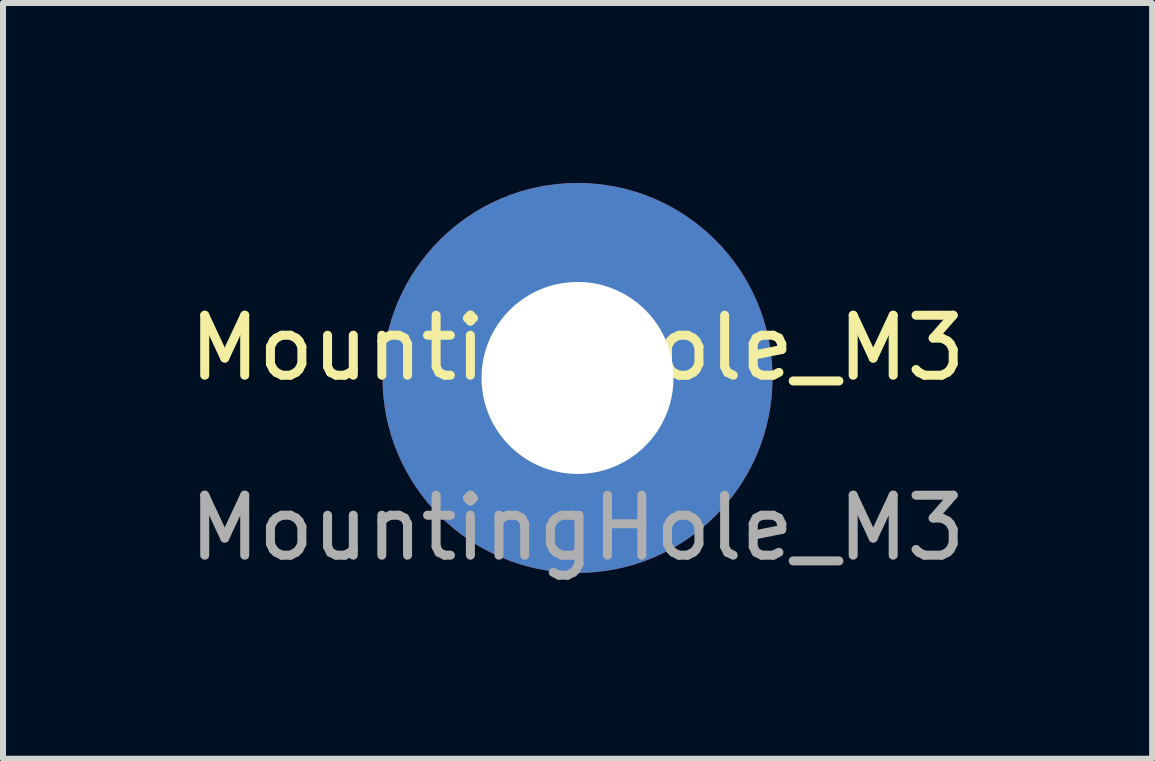
<source format=kicad_pcb>
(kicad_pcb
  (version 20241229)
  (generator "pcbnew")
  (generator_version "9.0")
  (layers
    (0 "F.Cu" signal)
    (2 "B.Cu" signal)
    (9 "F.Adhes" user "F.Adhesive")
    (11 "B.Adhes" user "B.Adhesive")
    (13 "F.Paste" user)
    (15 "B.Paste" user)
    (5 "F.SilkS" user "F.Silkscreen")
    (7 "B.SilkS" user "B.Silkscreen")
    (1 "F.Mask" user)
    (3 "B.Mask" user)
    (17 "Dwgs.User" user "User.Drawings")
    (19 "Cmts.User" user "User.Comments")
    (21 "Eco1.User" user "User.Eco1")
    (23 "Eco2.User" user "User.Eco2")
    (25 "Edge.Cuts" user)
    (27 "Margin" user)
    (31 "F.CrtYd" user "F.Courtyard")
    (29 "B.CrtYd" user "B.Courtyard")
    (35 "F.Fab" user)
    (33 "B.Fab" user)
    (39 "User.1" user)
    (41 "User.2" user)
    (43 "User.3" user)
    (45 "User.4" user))
  (footprint "MountingHole_M3"
    (layer "F.Cu")
    (at 6.577 3.25)
    (property "Reference" "MountingHole_M3" (at 0 -0.5 0) (unlocked yes) (layer "F.SilkS") (effects (font (size 1 1) (thickness 0.15))))
    (fp_text user "${REFERENCE}" (at 0 2.5 0) (unlocked yes) (layer "F.Fab") (effects (font (size 1 1) (thickness 0.15))))
    (pad "1" thru_hole circle (at 0 0) (size 6.5 6.5) (drill 3.2) (layers "*.Cu" "*.Mask")))
  (gr_rect
    (start -3 -3)
    (end 16.155 9.598)
    (stroke (width 0.1) (type default))
    (fill no)
    (layer "Edge.Cuts")))
</source>
